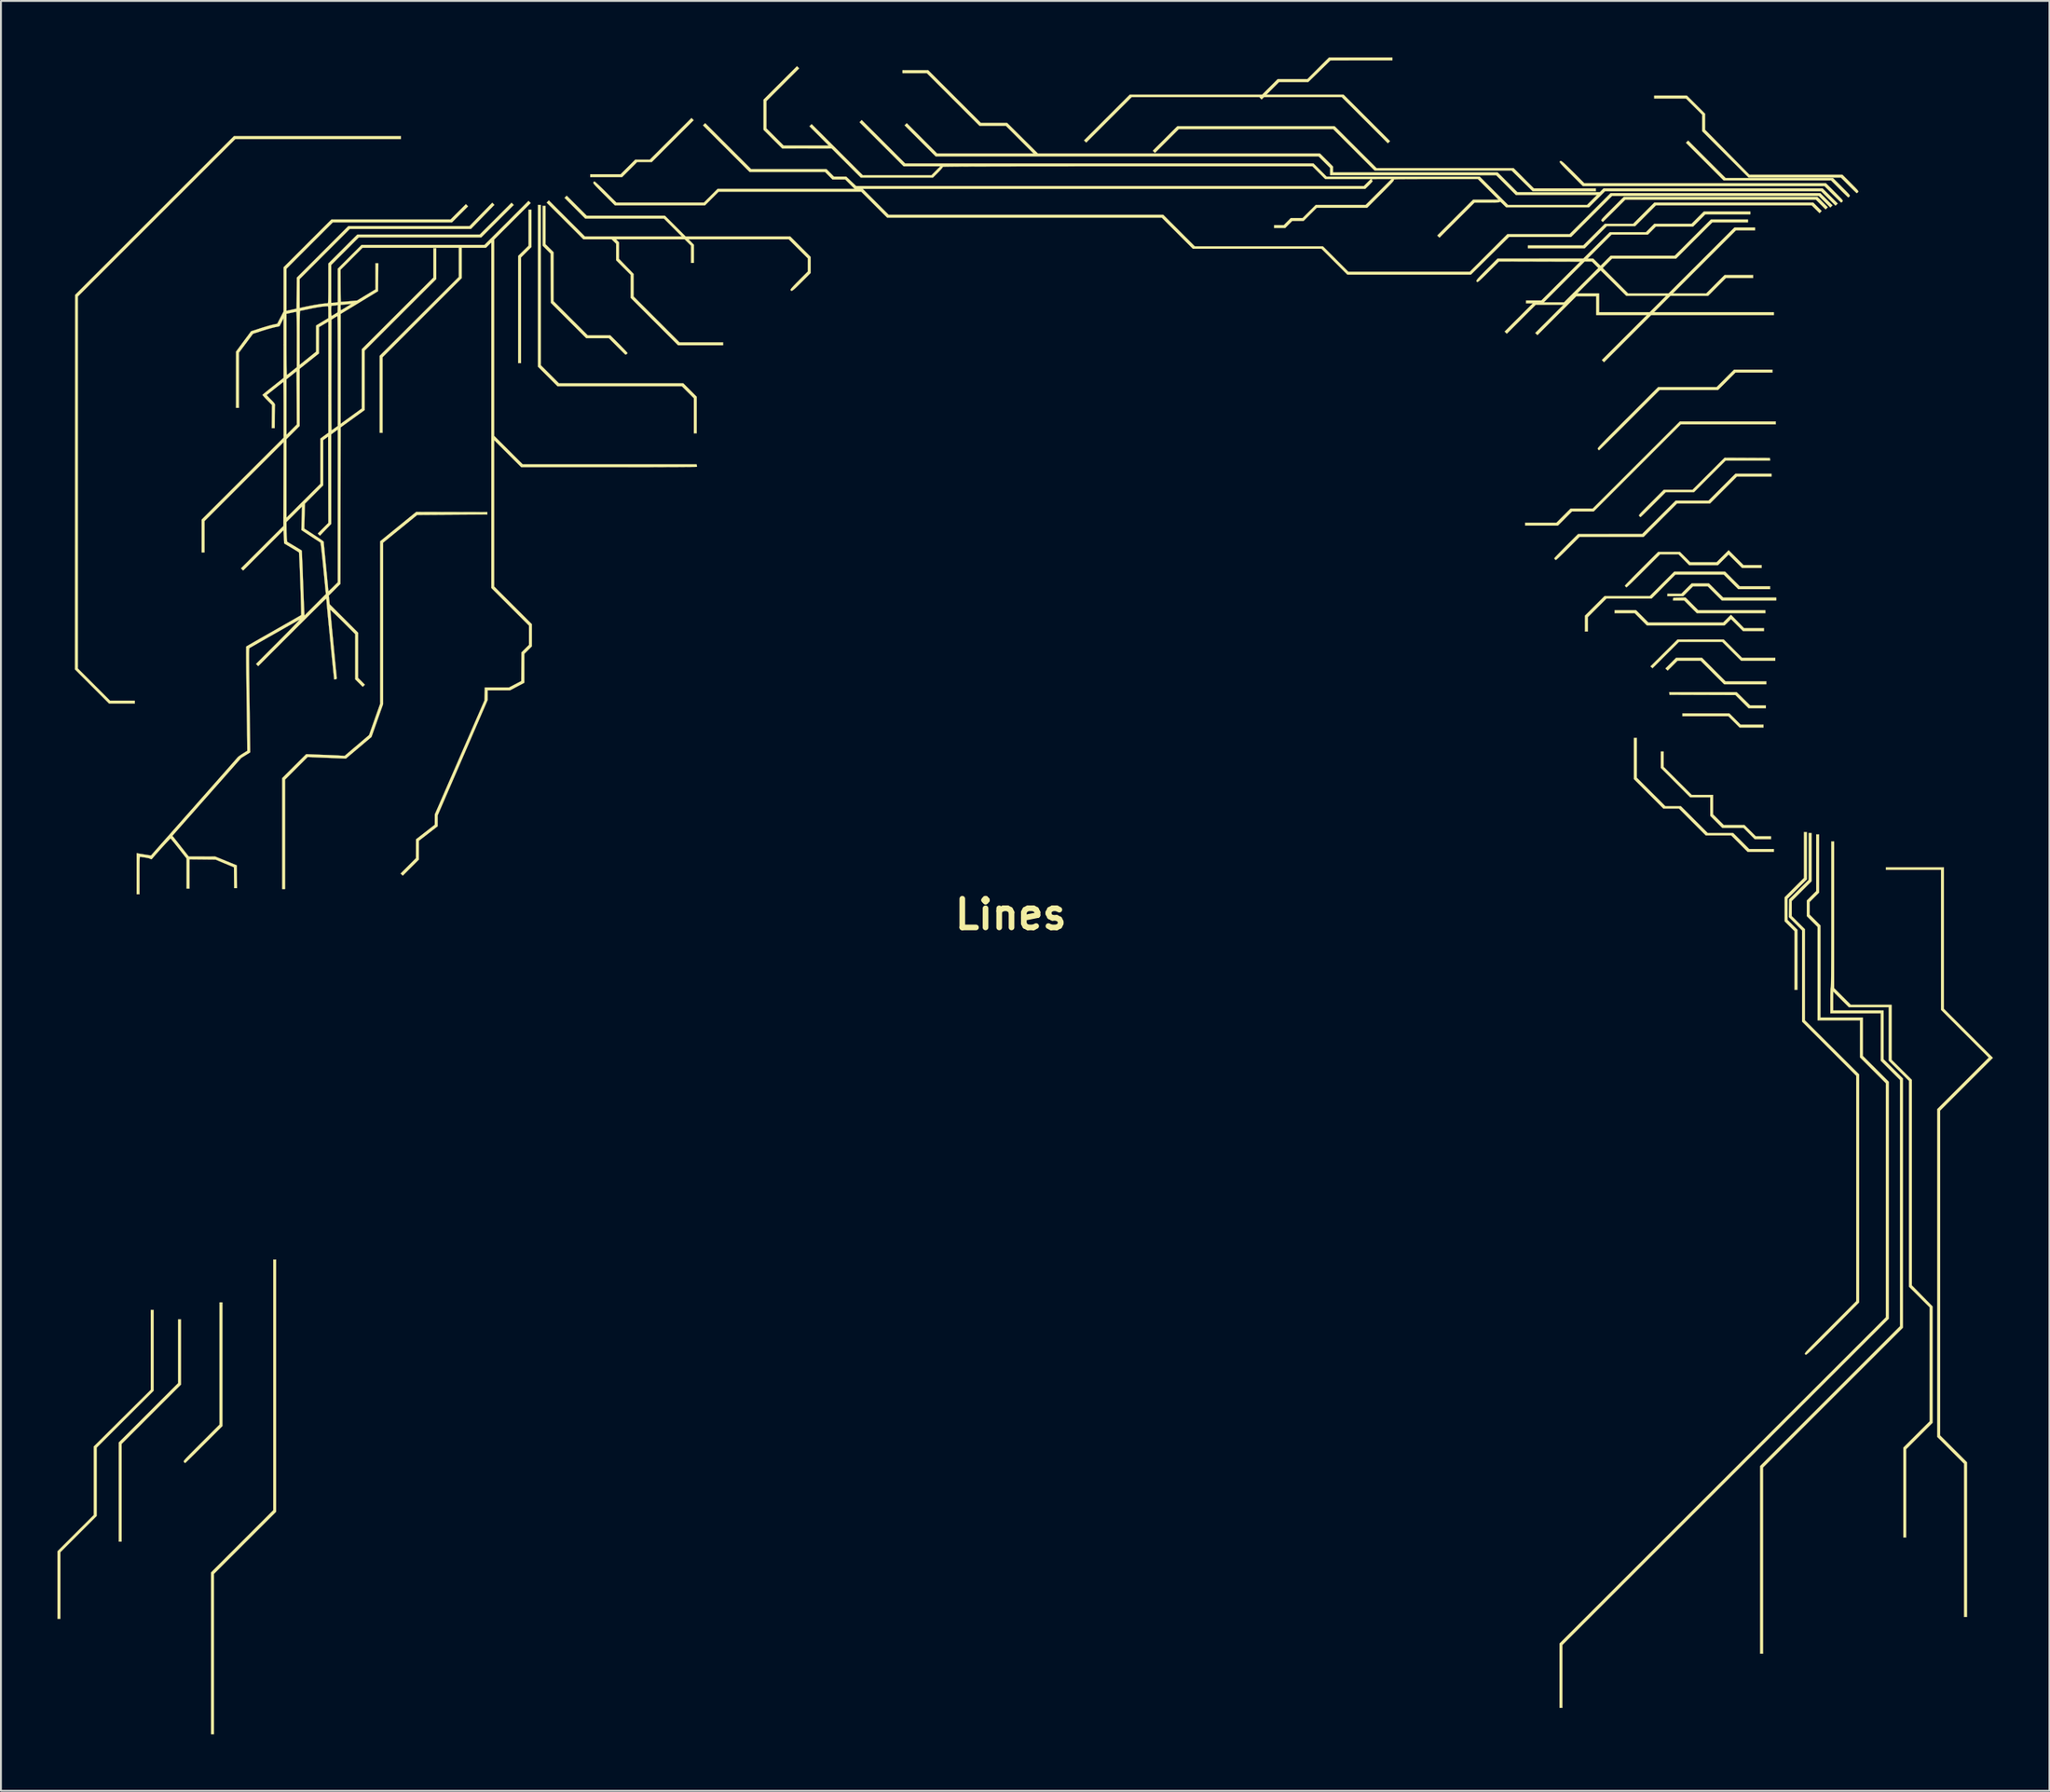
<source format=kicad_pcb>
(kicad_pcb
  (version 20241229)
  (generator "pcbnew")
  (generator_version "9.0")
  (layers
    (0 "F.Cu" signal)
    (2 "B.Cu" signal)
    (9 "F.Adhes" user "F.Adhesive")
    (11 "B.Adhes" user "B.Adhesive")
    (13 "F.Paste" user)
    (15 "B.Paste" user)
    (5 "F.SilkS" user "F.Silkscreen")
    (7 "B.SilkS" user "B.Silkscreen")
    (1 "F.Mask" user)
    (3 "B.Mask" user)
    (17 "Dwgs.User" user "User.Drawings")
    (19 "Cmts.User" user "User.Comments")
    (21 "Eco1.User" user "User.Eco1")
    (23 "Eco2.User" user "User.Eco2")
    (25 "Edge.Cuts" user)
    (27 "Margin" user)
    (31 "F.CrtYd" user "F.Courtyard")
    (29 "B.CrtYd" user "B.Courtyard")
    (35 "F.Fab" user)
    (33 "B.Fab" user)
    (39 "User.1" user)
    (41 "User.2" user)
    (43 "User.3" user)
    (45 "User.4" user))
  (footprint "Lines"
    (layer "F.Cu")
    (at 50.605 45.505)
    (property "Reference" "Lines" (at 0 0 0) (layer "F.SilkS") (effects (font (size 1.524 1.524) (thickness 0.3))))
    (attr through_hole)
    (fp_poly (pts (xy -44.05 24.963) (xy -45.625 26.538) (xy -47.2 28.112) (xy -47.2 33.3) (xy -47.35 33.3) (xy -47.35 28.037) (xy -45.775 26.462) (xy -44.2 24.888) (xy -44.2 21.5) (xy -44.05 21.5) (xy -44.05 24.963)) (stroke (width 0.01) (type solid)) (fill yes) (layer "F.SilkS"))
    (fp_poly (pts (xy -25.45 -35.437) (xy -25.725 -35.163) (xy -26 -34.888) (xy -26 -29.275) (xy -26.15 -29.275) (xy -26.15 -34.965) (xy -25.875 -35.236) (xy -25.6 -35.507) (xy -25.6 -37.425) (xy -25.45 -37.425) (xy -25.45 -35.437)) (stroke (width 0.01) (type solid)) (fill yes) (layer "F.SilkS"))
    (fp_poly (pts (xy 36.15 -16.488) (xy 36.487 -16.15) (xy 40.05 -16.15) (xy 40.05 -16) (xy 36.412 -16) (xy 36.075 -16.337) (xy 35.738 -16.675) (xy 35.147 -16.675) (xy 35.163 -16.812) (xy 35.812 -16.826) (xy 36.15 -16.488)) (stroke (width 0.01) (type solid)) (fill yes) (layer "F.SilkS"))
    (fp_poly (pts (xy 38.438 -10.375) (xy 38.737 -10.075) (xy 39.95 -10.075) (xy 39.95 -9.925) (xy 38.687 -9.925) (xy 38.388 -10.225) (xy 38.088 -10.525) (xy 35.65 -10.525) (xy 35.65 -10.675) (xy 38.138 -10.675) (xy 38.438 -10.375)) (stroke (width 0.01) (type solid)) (fill yes) (layer "F.SilkS"))
    (fp_poly (pts (xy -39 31.713) (xy -40.65 33.362) (xy -42.3 35.012) (xy -42.3 39.269) (xy -42.3 43.525) (xy -42.45 43.525) (xy -42.45 34.937) (xy -40.8 33.288) (xy -39.15 31.638) (xy -39.15 18.325) (xy -39 18.325) (xy -39 31.713)) (stroke (width 0.01) (type solid)) (fill yes) (layer "F.SilkS"))
    (fp_poly (pts (xy 38.882 -11.451) (xy 39.237 -11.101) (xy 40.075 -11.1) (xy 40.075 -10.95) (xy 39.162 -10.95) (xy 38.813 -11.3) (xy 38.464 -11.65) (xy 36.713 -11.656) (xy 34.962 -11.662) (xy 34.947 -11.8) (xy 38.526 -11.8) (xy 38.882 -11.451)) (stroke (width 0.01) (type solid)) (fill yes) (layer "F.SilkS"))
    (fp_poly (pts (xy -24.95 -29.162) (xy -23.987 -28.2) (xy -17.387 -28.2) (xy -17.031 -27.843) (xy -16.675 -27.487) (xy -16.675 -25.55) (xy -16.825 -25.55) (xy -16.825 -27.413) (xy -17.463 -28.05) (xy -24.062 -28.05) (xy -25.1 -29.087) (xy -25.1 -37.675) (xy -24.95 -37.675) (xy -24.95 -29.162)) (stroke (width 0.01) (type solid)) (fill yes) (layer "F.SilkS"))
    (fp_poly (pts (xy -16.838 -42.174) (xy -17.95 -41.062) (xy -19.062 -39.95) (xy -19.838 -39.95) (xy -20.238 -39.55) (xy -20.637 -39.15) (xy -22.325 -39.15) (xy -22.325 -39.3) (xy -20.712 -39.3) (xy -20.325 -39.688) (xy -19.938 -40.075) (xy -19.163 -40.075) (xy -18.057 -41.181) (xy -16.951 -42.287) (xy -16.838 -42.174)) (stroke (width 0.01) (type solid)) (fill yes) (layer "F.SilkS"))
    (fp_poly (pts (xy 37.312 -13) (xy 37.937 -12.375) (xy 40.1 -12.375) (xy 40.1 -12.225) (xy 37.862 -12.225) (xy 37.237 -12.85) (xy 36.613 -13.475) (xy 35.387 -13.475) (xy 35.126 -13.213) (xy 34.865 -12.951) (xy 34.806 -13.006) (xy 34.748 -13.06) (xy 35.312 -13.625) (xy 36.688 -13.625) (xy 37.312 -13)) (stroke (width 0.01) (type solid)) (fill yes) (layer "F.SilkS"))
    (fp_poly (pts (xy 38.325 -14.113) (xy 38.812 -13.625) (xy 40.575 -13.625) (xy 40.575 -13.475) (xy 38.762 -13.475) (xy 38.263 -13.975) (xy 37.763 -14.475) (xy 35.463 -14.475) (xy 34.763 -13.776) (xy 34.062 -13.078) (xy 33.952 -13.169) (xy 34.67 -13.884) (xy 35.388 -14.599) (xy 37.838 -14.6) (xy 38.325 -14.113)) (stroke (width 0.01) (type solid)) (fill yes) (layer "F.SilkS"))
    (fp_poly (pts (xy -32.375 -41.175) (xy -41.163 -41.175) (xy -45.344 -36.994) (xy -49.525 -32.812) (xy -49.525 -13.063) (xy -47.813 -11.35) (xy -46.5 -11.35) (xy -46.5 -11.2) (xy -47.863 -11.2) (xy -48.769 -12.106) (xy -49.675 -13.013) (xy -49.669 -22.956) (xy -49.663 -32.9) (xy -41.238 -41.325) (xy -32.375 -41.325) (xy -32.375 -41.175)) (stroke (width 0.01) (type solid)) (fill yes) (layer "F.SilkS"))
    (fp_poly (pts (xy 37.811 -16.825) (xy 40.625 -16.825) (xy 40.625 -16.675) (xy 37.737 -16.675) (xy 37.362 -17.05) (xy 36.988 -17.425) (xy 36.212 -17.425) (xy 35.95 -17.163) (xy 35.688 -16.9) (xy 34.85 -16.9) (xy 34.85 -17.025) (xy 35.588 -17.025) (xy 35.862 -17.3) (xy 36.137 -17.575) (xy 37.055 -17.575) (xy 37.811 -16.825)) (stroke (width 0.01) (type solid)) (fill yes) (layer "F.SilkS"))
    (fp_poly (pts (xy 40.6 -26.025) (xy 35.562 -26.025) (xy 33.25 -23.712) (xy 30.938 -21.4) (xy 29.787 -21.4) (xy 29.413 -21.025) (xy 29.038 -20.65) (xy 27.3 -20.65) (xy 27.3 -20.8) (xy 28.963 -20.8) (xy 29.337 -21.175) (xy 29.712 -21.55) (xy 30.888 -21.55) (xy 33.2 -23.863) (xy 35.512 -26.175) (xy 40.6 -26.175) (xy 40.6 -26.025)) (stroke (width 0.01) (type solid)) (fill yes) (layer "F.SilkS"))
    (fp_poly (pts (xy 42.25 -1.862) (xy 41.737 -1.35) (xy 41.225 -0.838) (xy 41.225 0.288) (xy 41.487 0.55) (xy 41.75 0.812) (xy 41.75 4) (xy 41.6 4) (xy 41.6 0.887) (xy 41.337 0.625) (xy 41.075 0.363) (xy 41.075 -0.913) (xy 41.587 -1.425) (xy 42.1 -1.937) (xy 42.1 -4.375) (xy 42.25 -4.375) (xy 42.25 -1.862)) (stroke (width 0.01) (type solid)) (fill yes) (layer "F.SilkS"))
    (fp_poly (pts (xy -45.5 23.144) (xy -45.5 25.288) (xy -47.013 26.8) (xy -48.525 28.312) (xy -48.525 30.125) (xy -48.525 31.938) (xy -49.487 32.9) (xy -50.45 33.862) (xy -50.45 37.4) (xy -50.6 37.4) (xy -50.6 33.812) (xy -49.638 32.85) (xy -48.675 31.888) (xy -48.675 28.25) (xy -47.163 26.746) (xy -45.65 25.243) (xy -45.65 21) (xy -45.5 21) (xy -45.5 23.144)) (stroke (width 0.01) (type solid)) (fill yes) (layer "F.SilkS"))
    (fp_poly (pts (xy 18.3 -40.737) (xy 19.412 -39.625) (xy 26.688 -39.625) (xy 27.225 -39.087) (xy 27.762 -38.55) (xy 31.05 -38.55) (xy 31.05 -38.4) (xy 27.701 -38.4) (xy 26.581 -39.5) (xy 19.312 -39.5) (xy 18.212 -40.6) (xy 17.113 -41.7) (xy 8.913 -41.7) (xy 8.282 -41.069) (xy 7.651 -40.438) (xy 7.538 -40.551) (xy 8.188 -41.2) (xy 8.837 -41.85) (xy 17.188 -41.85) (xy 18.3 -40.737)) (stroke (width 0.01) (type solid)) (fill yes) (layer "F.SilkS"))
    (fp_poly (pts (xy 43.036 -37.35) (xy 42.925 -37.239) (xy 42.718 -37.444) (xy 42.511 -37.65) (xy 34.237 -37.65) (xy 33.688 -37.1) (xy 33.138 -36.55) (xy 31.637 -36.55) (xy 31.05 -35.962) (xy 30.463 -35.375) (xy 27.45 -35.375) (xy 27.45 -35.525) (xy 30.388 -35.525) (xy 30.962 -36.1) (xy 31.537 -36.675) (xy 33.038 -36.675) (xy 33.6 -37.237) (xy 34.162 -37.8) (xy 42.589 -37.8) (xy 43.036 -37.35)) (stroke (width 0.01) (type solid)) (fill yes) (layer "F.SilkS"))
    (fp_poly (pts (xy 33.513 -15.825) (xy 33.837 -15.5) (xy 37.811 -15.5) (xy 38.018 -15.705) (xy 38.224 -15.91) (xy 38.571 -15.555) (xy 38.918 -15.2) (xy 39.975 -15.2) (xy 39.975 -15.05) (xy 38.862 -15.05) (xy 38.544 -15.368) (xy 38.226 -15.687) (xy 38.056 -15.518) (xy 37.886 -15.35) (xy 33.762 -15.35) (xy 33.438 -15.675) (xy 33.113 -16) (xy 32.05 -16) (xy 32.05 -16.15) (xy 33.188 -16.15) (xy 33.513 -15.825)) (stroke (width 0.01) (type solid)) (fill yes) (layer "F.SilkS"))
    (fp_poly (pts (xy 33.225 -7.262) (xy 33.981 -6.506) (xy 34.738 -5.75) (xy 35.563 -5.75) (xy 36.275 -5.037) (xy 36.987 -4.325) (xy 38.338 -4.325) (xy 38.763 -3.9) (xy 39.187 -3.475) (xy 40.5 -3.475) (xy 40.5 -3.325) (xy 39.112 -3.325) (xy 38.675 -3.763) (xy 38.238 -4.2) (xy 36.887 -4.2) (xy 36.175 -4.912) (xy 35.463 -5.625) (xy 34.637 -5.625) (xy 33.075 -7.188) (xy 33.075 -9.375) (xy 33.225 -9.375) (xy 33.225 -7.262)) (stroke (width 0.01) (type solid)) (fill yes) (layer "F.SilkS"))
    (fp_poly (pts (xy 49.525 5.013) (xy 50.825 6.313) (xy 52.125 7.612) (xy 50.725 9.012) (xy 49.325 10.413) (xy 49.325 27.663) (xy 50.038 28.375) (xy 50.75 29.087) (xy 50.75 37.3) (xy 50.6 37.3) (xy 50.6 29.162) (xy 49.888 28.45) (xy 49.175 27.738) (xy 49.175 10.338) (xy 51.912 7.6) (xy 50.644 6.331) (xy 49.375 5.062) (xy 49.375 -2.375) (xy 46.45 -2.375) (xy 46.45 -2.5) (xy 49.525 -2.5) (xy 49.525 5.013)) (stroke (width 0.01) (type solid)) (fill yes) (layer "F.SilkS"))
    (fp_poly (pts (xy 34.65 -7.837) (xy 35.394 -7.094) (xy 36.138 -6.35) (xy 37.275 -6.35) (xy 37.275 -5.312) (xy 37.557 -5.031) (xy 37.838 -4.75) (xy 38.938 -4.75) (xy 39.237 -4.45) (xy 39.537 -4.15) (xy 40.35 -4.15) (xy 40.35 -4) (xy 39.487 -4) (xy 39.188 -4.3) (xy 38.888 -4.6) (xy 37.762 -4.6) (xy 37.125 -5.238) (xy 37.125 -6.225) (xy 36.059 -6.225) (xy 34.5 -7.787) (xy 34.5 -8.65) (xy 34.65 -8.65) (xy 34.65 -7.837)) (stroke (width 0.01) (type solid)) (fill yes) (layer "F.SilkS"))
    (fp_poly (pts (xy 38.3 -17.812) (xy 38.687 -17.425) (xy 40.3 -17.425) (xy 40.3 -17.275) (xy 38.612 -17.275) (xy 38.225 -17.663) (xy 37.838 -18.05) (xy 35.274 -18.05) (xy 34.643 -17.413) (xy 34.012 -16.775) (xy 31.612 -16.775) (xy 31.119 -16.281) (xy 30.625 -15.787) (xy 30.625 -15.025) (xy 30.475 -15.025) (xy 30.475 -15.863) (xy 30.994 -16.381) (xy 31.513 -16.9) (xy 33.913 -16.9) (xy 34.562 -17.55) (xy 35.212 -18.2) (xy 37.913 -18.2) (xy 38.3 -17.812)) (stroke (width 0.01) (type solid)) (fill yes) (layer "F.SilkS"))
    (fp_poly (pts (xy 36.944 -40.093) (xy 37.938 -39.1) (xy 43.638 -39.1) (xy 44.099 -38.639) (xy 44.238 -38.499) (xy 44.346 -38.39) (xy 44.425 -38.308) (xy 44.479 -38.248) (xy 44.513 -38.205) (xy 44.529 -38.176) (xy 44.532 -38.155) (xy 44.524 -38.138) (xy 44.514 -38.126) (xy 44.475 -38.089) (xy 44.452 -38.075) (xy 44.431 -38.092) (xy 44.38 -38.14) (xy 44.303 -38.214) (xy 44.205 -38.309) (xy 44.092 -38.42) (xy 43.987 -38.525) (xy 43.538 -38.975) (xy 37.837 -38.975) (xy 36.838 -39.975) (xy 35.838 -40.974) (xy 35.951 -41.087) (xy 36.944 -40.093)) (stroke (width 0.01) (type solid)) (fill yes) (layer "F.SilkS"))
    (fp_poly (pts (xy -41.85 27.163) (xy -42.831 28.144) (xy -43.014 28.327) (xy -43.187 28.498) (xy -43.345 28.656) (xy -43.487 28.796) (xy -43.608 28.915) (xy -43.706 29.011) (xy -43.777 29.079) (xy -43.818 29.118) (xy -43.827 29.125) (xy -43.853 29.108) (xy -43.889 29.074) (xy -43.898 29.062) (xy -43.903 29.049) (xy -43.9 29.032) (xy -43.888 29.007) (xy -43.863 28.973) (xy -43.823 28.925) (xy -43.765 28.861) (xy -43.686 28.779) (xy -43.585 28.675) (xy -43.458 28.546) (xy -43.302 28.39) (xy -43.116 28.204) (xy -42.967 28.055) (xy -42 27.087) (xy -42 20.6) (xy -41.85 20.6) (xy -41.85 27.163)) (stroke (width 0.01) (type solid)) (fill yes) (layer "F.SilkS"))
    (fp_poly (pts (xy 43.087 -37.825) (xy 43.361 -37.55) (xy 43.25 -37.439) (xy 42.993 -37.694) (xy 42.737 -37.95) (xy 32.612 -37.95) (xy 32.025 -37.362) (xy 31.884 -37.222) (xy 31.755 -37.094) (xy 31.641 -36.982) (xy 31.546 -36.89) (xy 31.476 -36.822) (xy 31.433 -36.783) (xy 31.423 -36.775) (xy 31.397 -36.792) (xy 31.361 -36.826) (xy 31.35 -36.841) (xy 31.345 -36.856) (xy 31.349 -36.877) (xy 31.365 -36.906) (xy 31.398 -36.947) (xy 31.45 -37.005) (xy 31.524 -37.083) (xy 31.623 -37.185) (xy 31.752 -37.314) (xy 31.912 -37.474) (xy 31.926 -37.489) (xy 32.537 -38.1) (xy 42.813 -38.1) (xy 43.087 -37.825)) (stroke (width 0.01) (type solid)) (fill yes) (layer "F.SilkS"))
    (fp_poly (pts (xy 42.9 -1.162) (xy 42.65 -0.913) (xy 42.4 -0.663) (xy 42.4 0.013) (xy 42.688 0.3) (xy 42.975 0.587) (xy 42.975 5.475) (xy 45.225 5.475) (xy 45.225 7.513) (xy 45.913 8.2) (xy 46.6 8.887) (xy 46.6 21.463) (xy 37.938 30.125) (xy 29.275 38.787) (xy 29.275 42.125) (xy 29.125 42.125) (xy 29.125 38.712) (xy 37.788 30.05) (xy 46.45 21.388) (xy 46.45 8.962) (xy 45.763 8.275) (xy 45.075 7.588) (xy 45.075 5.625) (xy 42.825 5.625) (xy 42.825 0.662) (xy 42.538 0.375) (xy 42.25 0.088) (xy 42.25 -0.738) (xy 42.5 -0.988) (xy 42.75 -1.237) (xy 42.75 -4.25) (xy 42.9 -4.25) (xy 42.9 -1.162)) (stroke (width 0.01) (type solid)) (fill yes) (layer "F.SilkS"))
    (fp_poly (pts (xy -27.788 -21.363) (xy -27.788 -21.238) (xy -31.512 -21.212) (xy -33.324 -19.738) (xy -33.324 -11.162) (xy -33.937 -9.425) (xy -34.617 -8.85) (xy -35.296 -8.276) (xy -36.312 -8.318) (xy -37.328 -8.36) (xy -37.926 -7.761) (xy -38.525 -7.163) (xy -38.525 -1.35) (xy -38.675 -1.35) (xy -38.675 -7.238) (xy -38.039 -7.874) (xy -37.402 -8.51) (xy -36.595 -8.479) (xy -36.387 -8.471) (xy -36.186 -8.463) (xy -35.998 -8.455) (xy -35.833 -8.447) (xy -35.698 -8.441) (xy -35.601 -8.436) (xy -35.575 -8.434) (xy -35.362 -8.42) (xy -34.713 -8.972) (xy -34.064 -9.524) (xy -33.77 -10.356) (xy -33.475 -11.188) (xy -33.475 -15.502) (xy -33.475 -19.816) (xy -31.562 -21.373) (xy -27.788 -21.363)) (stroke (width 0.01) (type solid)) (fill yes) (layer "F.SilkS"))
    (fp_poly (pts (xy -24.7 -35.586) (xy -24.488 -35.375) (xy -24.275 -35.164) (xy -24.275 -32.562) (xy -23.369 -31.656) (xy -22.462 -30.75) (xy -21.262 -30.75) (xy -20.806 -30.294) (xy -20.683 -30.169) (xy -20.572 -30.055) (xy -20.479 -29.957) (xy -20.408 -29.879) (xy -20.363 -29.827) (xy -20.35 -29.807) (xy -20.369 -29.776) (xy -20.411 -29.743) (xy -20.452 -29.725) (xy -20.455 -29.725) (xy -20.474 -29.742) (xy -20.524 -29.79) (xy -20.599 -29.863) (xy -20.694 -29.958) (xy -20.806 -30.069) (xy -20.9 -30.163) (xy -21.337 -30.6) (xy -22.538 -30.6) (xy -23.475 -31.538) (xy -24.413 -32.475) (xy -24.419 -33.781) (xy -24.425 -35.087) (xy -24.85 -35.513) (xy -24.85 -37.625) (xy -24.7 -37.625) (xy -24.7 -35.586)) (stroke (width 0.01) (type solid)) (fill yes) (layer "F.SilkS"))
    (fp_poly (pts (xy 40.288 -24.238) (xy 40.295 -24.169) (xy 40.303 -24.1) (xy 37.937 -24.1) (xy 37.1 -23.262) (xy 36.263 -22.425) (xy 34.762 -22.425) (xy 34.1 -21.762) (xy 33.95 -21.613) (xy 33.812 -21.476) (xy 33.688 -21.354) (xy 33.584 -21.251) (xy 33.502 -21.172) (xy 33.447 -21.121) (xy 33.423 -21.1) (xy 33.423 -21.1) (xy 33.397 -21.117) (xy 33.361 -21.151) (xy 33.35 -21.165) (xy 33.345 -21.18) (xy 33.349 -21.2) (xy 33.365 -21.228) (xy 33.395 -21.268) (xy 33.445 -21.324) (xy 33.515 -21.398) (xy 33.609 -21.495) (xy 33.731 -21.618) (xy 33.884 -21.771) (xy 33.989 -21.876) (xy 34.662 -22.55) (xy 36.188 -22.55) (xy 37.038 -23.4) (xy 37.888 -24.25) (xy 40.288 -24.238)) (stroke (width 0.01) (type solid)) (fill yes) (layer "F.SilkS"))
    (fp_poly (pts (xy 20.25 -45.35) (xy 16.962 -45.348) (xy 16.375 -44.774) (xy 15.787 -44.201) (xy 15.012 -44.201) (xy 14.237 -44.2) (xy 13.9 -43.863) (xy 13.563 -43.525) (xy 17.663 -43.525) (xy 18.895 -42.293) (xy 20.127 -41.06) (xy 20.069 -41.006) (xy 20.011 -40.951) (xy 18.787 -42.176) (xy 17.563 -43.4) (xy 15.501 -43.4) (xy 13.44 -43.4) (xy 13.375 -43.337) (xy 13.309 -43.274) (xy 13.191 -43.4) (xy 9.802 -43.4) (xy 6.413 -43.4) (xy 5.207 -42.194) (xy 4.001 -40.988) (xy 3.888 -41.101) (xy 5.1 -42.313) (xy 6.312 -43.525) (xy 13.338 -43.525) (xy 13.75 -43.938) (xy 14.162 -44.35) (xy 15.738 -44.35) (xy 16.312 -44.925) (xy 16.887 -45.5) (xy 20.25 -45.5) (xy 20.25 -45.35)) (stroke (width 0.01) (type solid)) (fill yes) (layer "F.SilkS"))
    (fp_poly (pts (xy 40.375 -23.25) (xy 38.537 -23.25) (xy 37.825 -22.538) (xy 37.113 -21.825) (xy 35.362 -21.825) (xy 34.475 -20.938) (xy 33.588 -20.05) (xy 30.187 -20.05) (xy 29.575 -19.438) (xy 29.431 -19.294) (xy 29.297 -19.162) (xy 29.178 -19.047) (xy 29.079 -18.951) (xy 29.002 -18.88) (xy 28.953 -18.837) (xy 28.936 -18.825) (xy 28.897 -18.841) (xy 28.88 -18.855) (xy 28.854 -18.896) (xy 28.85 -18.911) (xy 28.867 -18.935) (xy 28.916 -18.989) (xy 28.992 -19.07) (xy 29.092 -19.174) (xy 29.211 -19.296) (xy 29.346 -19.433) (xy 29.481 -19.569) (xy 30.113 -20.2) (xy 33.513 -20.201) (xy 34.403 -21.088) (xy 35.294 -21.975) (xy 37.038 -21.975) (xy 37.75 -22.688) (xy 38.462 -23.4) (xy 40.375 -23.4) (xy 40.375 -23.25)) (stroke (width 0.01) (type solid)) (fill yes) (layer "F.SilkS"))
    (fp_poly (pts (xy 36.369 -42.994) (xy 36.85 -42.513) (xy 36.85 -42.088) (xy 36.85 -41.663) (xy 38.027 -40.469) (xy 39.204 -39.275) (xy 44.138 -39.275) (xy 44.574 -38.839) (xy 44.709 -38.703) (xy 44.812 -38.599) (xy 44.887 -38.52) (xy 44.938 -38.464) (xy 44.968 -38.424) (xy 44.981 -38.396) (xy 44.981 -38.376) (xy 44.971 -38.36) (xy 44.964 -38.351) (xy 44.925 -38.314) (xy 44.902 -38.3) (xy 44.881 -38.317) (xy 44.83 -38.364) (xy 44.753 -38.438) (xy 44.657 -38.532) (xy 44.546 -38.641) (xy 44.475 -38.712) (xy 44.063 -39.125) (xy 39.163 -39.125) (xy 37.931 -40.356) (xy 36.7 -41.587) (xy 36.7 -42.463) (xy 36.268 -42.894) (xy 35.837 -43.325) (xy 34.993 -43.325) (xy 34.15 -43.325) (xy 34.15 -43.475) (xy 35.019 -43.475) (xy 35.887 -43.475) (xy 36.369 -42.994)) (stroke (width 0.01) (type solid)) (fill yes) (layer "F.SilkS"))
    (fp_poly (pts (xy 29.228 -39.995) (xy 29.279 -39.959) (xy 29.348 -39.901) (xy 29.439 -39.817) (xy 29.555 -39.705) (xy 29.7 -39.562) (xy 29.834 -39.429) (xy 30.438 -38.825) (xy 43.263 -38.825) (xy 43.724 -38.364) (xy 43.863 -38.224) (xy 43.971 -38.115) (xy 44.05 -38.033) (xy 44.104 -37.973) (xy 44.138 -37.93) (xy 44.154 -37.901) (xy 44.157 -37.88) (xy 44.149 -37.863) (xy 44.139 -37.851) (xy 44.1 -37.814) (xy 44.077 -37.8) (xy 44.056 -37.817) (xy 44.005 -37.865) (xy 43.928 -37.938) (xy 43.831 -38.033) (xy 43.719 -38.144) (xy 43.625 -38.237) (xy 43.188 -38.675) (xy 30.362 -38.675) (xy 29.74 -39.298) (xy 29.561 -39.478) (xy 29.416 -39.626) (xy 29.303 -39.745) (xy 29.22 -39.835) (xy 29.166 -39.9) (xy 29.138 -39.942) (xy 29.133 -39.961) (xy 29.147 -39.99) (xy 29.165 -40.007) (xy 29.191 -40.01) (xy 29.228 -39.995)) (stroke (width 0.01) (type solid)) (fill yes) (layer "F.SilkS"))
    (fp_poly (pts (xy 38.494 -18.943) (xy 38.888 -18.55) (xy 39.85 -18.55) (xy 39.85 -18.4) (xy 38.813 -18.4) (xy 38.457 -18.756) (xy 38.1 -19.112) (xy 37.818 -18.831) (xy 37.537 -18.55) (xy 36.004 -18.55) (xy 35.441 -19.125) (xy 34.462 -19.125) (xy 33.587 -18.25) (xy 33.415 -18.078) (xy 33.252 -17.916) (xy 33.103 -17.77) (xy 32.972 -17.641) (xy 32.861 -17.534) (xy 32.774 -17.452) (xy 32.715 -17.398) (xy 32.688 -17.375) (xy 32.686 -17.375) (xy 32.647 -17.391) (xy 32.63 -17.405) (xy 32.604 -17.446) (xy 32.6 -17.461) (xy 32.617 -17.484) (xy 32.666 -17.538) (xy 32.744 -17.62) (xy 32.848 -17.727) (xy 32.973 -17.856) (xy 33.117 -18.003) (xy 33.277 -18.163) (xy 33.448 -18.335) (xy 33.481 -18.369) (xy 34.363 -19.25) (xy 35.513 -19.25) (xy 35.788 -18.975) (xy 36.062 -18.7) (xy 37.462 -18.7) (xy 37.781 -19.018) (xy 38.1 -19.337) (xy 38.494 -18.943)) (stroke (width 0.01) (type solid)) (fill yes) (layer "F.SilkS"))
    (fp_poly (pts (xy 40.425 -28.775) (xy 38.462 -28.775) (xy 38 -28.312) (xy 37.538 -27.85) (xy 34.437 -27.85) (xy 32.837 -26.25) (xy 32.603 -26.015) (xy 32.378 -25.791) (xy 32.166 -25.58) (xy 31.968 -25.384) (xy 31.789 -25.205) (xy 31.629 -25.047) (xy 31.492 -24.912) (xy 31.38 -24.803) (xy 31.296 -24.721) (xy 31.242 -24.669) (xy 31.22 -24.65) (xy 31.22 -24.65) (xy 31.195 -24.668) (xy 31.164 -24.706) (xy 31.158 -24.716) (xy 31.155 -24.728) (xy 31.159 -24.744) (xy 31.17 -24.766) (xy 31.191 -24.796) (xy 31.224 -24.837) (xy 31.271 -24.89) (xy 31.334 -24.958) (xy 31.416 -25.044) (xy 31.517 -25.149) (xy 31.641 -25.275) (xy 31.79 -25.425) (xy 31.965 -25.601) (xy 32.168 -25.805) (xy 32.402 -26.04) (xy 32.669 -26.307) (xy 32.743 -26.381) (xy 34.362 -28) (xy 37.463 -28) (xy 37.925 -28.462) (xy 38.387 -28.925) (xy 40.425 -28.925) (xy 40.425 -28.775)) (stroke (width 0.01) (type solid)) (fill yes) (layer "F.SilkS"))
    (fp_poly (pts (xy 42.5 -1.762) (xy 41.975 -1.238) (xy 41.45 -0.713) (xy 41.45 0.088) (xy 41.8 0.437) (xy 42.15 0.786) (xy 42.149 3.204) (xy 42.149 5.622) (xy 43.587 7.058) (xy 45.025 8.493) (xy 45.025 20.598) (xy 43.9 21.734) (xy 43.694 21.941) (xy 43.492 22.144) (xy 43.296 22.34) (xy 43.112 22.524) (xy 42.942 22.693) (xy 42.791 22.842) (xy 42.663 22.967) (xy 42.562 23.066) (xy 42.492 23.132) (xy 42.49 23.134) (xy 42.383 23.234) (xy 42.306 23.304) (xy 42.252 23.348) (xy 42.217 23.369) (xy 42.193 23.373) (xy 42.175 23.363) (xy 42.161 23.348) (xy 42.153 23.338) (xy 42.149 23.327) (xy 42.151 23.311) (xy 42.162 23.29) (xy 42.183 23.259) (xy 42.217 23.217) (xy 42.266 23.162) (xy 42.332 23.091) (xy 42.418 23.002) (xy 42.525 22.891) (xy 42.657 22.758) (xy 42.814 22.599) (xy 43 22.412) (xy 43.217 22.195) (xy 43.467 21.946) (xy 43.495 21.917) (xy 44.875 20.537) (xy 44.875 8.562) (xy 43.438 7.125) (xy 42 5.688) (xy 42 0.845) (xy 41.65 0.492) (xy 41.3 0.139) (xy 41.306 -0.33) (xy 41.312 -0.8) (xy 41.831 -1.319) (xy 42.35 -1.838) (xy 42.35 -4.325) (xy 42.5 -4.325) (xy 42.5 -1.762)) (stroke (width 0.01) (type solid)) (fill yes) (layer "F.SilkS"))
    (fp_poly (pts (xy 43.7 3.912) (xy 44.143 4.356) (xy 44.587 4.8) (xy 46.75 4.8) (xy 46.75 7.715) (xy 47.825 8.783) (xy 47.825 19.695) (xy 48.374 20.254) (xy 48.923 20.812) (xy 48.924 23.9) (xy 48.925 26.988) (xy 48.225 27.688) (xy 47.525 28.387) (xy 47.525 33.075) (xy 47.375 33.075) (xy 47.375 28.312) (xy 48.075 27.613) (xy 48.775 26.913) (xy 48.775 20.862) (xy 48.225 20.312) (xy 47.675 19.763) (xy 47.675 8.837) (xy 47.138 8.3) (xy 46.6 7.763) (xy 46.6 4.925) (xy 44.488 4.925) (xy 44.069 4.507) (xy 43.65 4.088) (xy 43.65 5.1) (xy 46.325 5.1) (xy 46.325 7.688) (xy 46.837 8.2) (xy 47.35 8.712) (xy 47.35 21.938) (xy 43.638 25.65) (xy 39.925 29.362) (xy 39.925 39.25) (xy 39.775 39.25) (xy 39.775 29.287) (xy 43.487 25.575) (xy 47.2 21.863) (xy 47.2 8.787) (xy 46.688 8.275) (xy 46.175 7.763) (xy 46.175 5.25) (xy 43.5 5.25) (xy 43.5 4.562) (xy 43.501 4.339) (xy 43.504 4.157) (xy 43.508 4.018) (xy 43.514 3.925) (xy 43.521 3.88) (xy 43.525 3.875) (xy 43.529 3.85) (xy 43.532 3.775) (xy 43.535 3.651) (xy 43.538 3.477) (xy 43.541 3.253) (xy 43.543 2.981) (xy 43.545 2.659) (xy 43.547 2.288) (xy 43.548 1.869) (xy 43.549 1.4) (xy 43.55 0.884) (xy 43.55 0.319) (xy 43.55 0) (xy 43.55 -3.875) (xy 43.7 -3.875) (xy 43.7 3.912)) (stroke (width 0.01) (type solid)) (fill yes) (layer "F.SilkS"))
    (fp_poly (pts (xy -23.043 -37.631) (xy -22.512 -37.1) (xy -20.437 -37.1) (xy -18.362 -37.1) (xy -17.812 -36.55) (xy -17.263 -36) (xy -11.712 -36) (xy -10.625 -34.912) (xy -10.625 -34.062) (xy -11.11 -33.577) (xy -11.262 -33.426) (xy -11.383 -33.309) (xy -11.477 -33.221) (xy -11.548 -33.161) (xy -11.601 -33.126) (xy -11.637 -33.113) (xy -11.663 -33.119) (xy -11.682 -33.142) (xy -11.692 -33.164) (xy -11.685 -33.189) (xy -11.653 -33.236) (xy -11.592 -33.307) (xy -11.502 -33.405) (xy -11.378 -33.533) (xy -11.241 -33.671) (xy -10.775 -34.138) (xy -10.775 -34.838) (xy -11.281 -35.344) (xy -11.788 -35.85) (xy -14.449 -35.85) (xy -17.111 -35.85) (xy -16.968 -35.706) (xy -16.825 -35.561) (xy -16.825 -34.6) (xy -16.975 -34.6) (xy -16.975 -35.514) (xy -17.144 -35.682) (xy -17.314 -35.85) (xy -20.96 -35.85) (xy -20.88 -35.768) (xy -20.8 -35.685) (xy -20.8 -34.81) (xy -20.414 -34.411) (xy -20.027 -34.013) (xy -20.026 -33.412) (xy -20.025 -32.812) (xy -18.806 -31.594) (xy -17.587 -30.375) (xy -15.275 -30.375) (xy -15.275 -30.225) (xy -17.663 -30.225) (xy -20.175 -32.738) (xy -20.175 -33.963) (xy -20.562 -34.35) (xy -20.95 -34.737) (xy -20.95 -35.614) (xy -21.189 -35.85) (xy -22.688 -35.85) (xy -23.662 -36.825) (xy -24.637 -37.799) (xy -24.524 -37.912) (xy -22.612 -36) (xy -17.463 -36) (xy -17.938 -36.475) (xy -18.412 -36.95) (xy -20.5 -36.95) (xy -22.588 -36.95) (xy -23.137 -37.5) (xy -23.687 -38.05) (xy -23.631 -38.106) (xy -23.575 -38.162) (xy -23.043 -37.631)) (stroke (width 0.01) (type solid)) (fill yes) (layer "F.SilkS"))
    (fp_poly (pts (xy 39.25 -37.175) (xy 36.862 -37.175) (xy 36.538 -36.85) (xy 36.213 -36.525) (xy 34.236 -36.525) (xy 34.025 -36.312) (xy 33.814 -36.1) (xy 32.85 -36.1) (xy 31.887 -36.1) (xy 31.25 -35.463) (xy 30.613 -34.825) (xy 30.762 -34.825) (xy 30.911 -34.825) (xy 31.106 -34.632) (xy 31.3 -34.439) (xy 31.838 -34.975) (xy 35.238 -34.975) (xy 36.2 -35.938) (xy 37.162 -36.9) (xy 39.125 -36.9) (xy 39.125 -36.75) (xy 37.237 -36.75) (xy 36.275 -35.788) (xy 35.313 -34.825) (xy 33.612 -34.825) (xy 31.912 -34.825) (xy 31.662 -34.575) (xy 31.413 -34.325) (xy 32.088 -33.65) (xy 32.762 -32.975) (xy 34.913 -32.975) (xy 36.663 -34.725) (xy 38.412 -36.475) (xy 39.5 -36.475) (xy 39.5 -36.325) (xy 38.487 -36.325) (xy 36.812 -34.65) (xy 35.138 -32.975) (xy 36.913 -32.975) (xy 37.4 -33.462) (xy 37.887 -33.95) (xy 39.4 -33.95) (xy 39.4 -33.8) (xy 37.962 -33.8) (xy 37.487 -33.325) (xy 37.013 -32.85) (xy 35.012 -32.85) (xy 34.575 -32.413) (xy 34.138 -31.975) (xy 40.5 -31.975) (xy 40.5 -31.825) (xy 33.988 -31.825) (xy 31.487 -29.324) (xy 31.374 -29.437) (xy 32.568 -30.631) (xy 33.762 -31.825) (xy 31.075 -31.825) (xy 31.075 -32.825) (xy 30.013 -32.825) (xy 27.951 -30.763) (xy 27.838 -30.876) (xy 28.588 -31.625) (xy 29.337 -32.375) (xy 27.863 -32.375) (xy 26.326 -30.838) (xy 26.269 -30.894) (xy 26.213 -30.951) (xy 26.963 -31.7) (xy 27.712 -32.45) (xy 27.35 -32.45) (xy 27.35 -32.5) (xy 28.288 -32.5) (xy 29.363 -32.5) (xy 29.838 -32.975) (xy 30.063 -32.975) (xy 31.225 -32.975) (xy 31.225 -31.975) (xy 33.913 -31.975) (xy 34.35 -32.413) (xy 34.787 -32.85) (xy 32.666 -32.85) (xy 31.995 -33.519) (xy 31.844 -33.669) (xy 31.704 -33.808) (xy 31.578 -33.931) (xy 31.472 -34.035) (xy 31.389 -34.116) (xy 31.332 -34.17) (xy 31.306 -34.193) (xy 31.305 -34.194) (xy 31.284 -34.178) (xy 31.232 -34.131) (xy 31.153 -34.056) (xy 31.051 -33.958) (xy 30.93 -33.841) (xy 30.795 -33.707) (xy 30.675 -33.588) (xy 30.063 -32.975) (xy 29.838 -32.975) (xy 30.275 -33.412) (xy 31.187 -34.324) (xy 31.013 -34.5) (xy 30.839 -34.675) (xy 30.462 -34.675) (xy 29.375 -33.587) (xy 28.288 -32.5) (xy 27.35 -32.5) (xy 27.35 -32.6) (xy 28.163 -32.6) (xy 29.194 -33.631) (xy 30.225 -34.663) (xy 25.913 -34.675) (xy 25.359 -34.122) (xy 25.189 -33.953) (xy 25.051 -33.819) (xy 24.943 -33.717) (xy 24.862 -33.645) (xy 24.806 -33.601) (xy 24.773 -33.583) (xy 24.764 -33.583) (xy 24.734 -33.598) (xy 24.717 -33.616) (xy 24.715 -33.643) (xy 24.731 -33.681) (xy 24.769 -33.733) (xy 24.829 -33.805) (xy 24.916 -33.899) (xy 25.032 -34.018) (xy 25.18 -34.168) (xy 25.265 -34.252) (xy 25.837 -34.825) (xy 30.387 -34.826) (xy 31.793 -36.225) (xy 33.714 -36.225) (xy 33.938 -36.45) (xy 34.161 -36.675) (xy 35.15 -36.675) (xy 36.138 -36.675) (xy 36.462 -37) (xy 36.787 -37.325) (xy 39.25 -37.325) (xy 39.25 -37.175)) (stroke (width 0.01) (type solid)) (fill yes) (layer "F.SilkS"))
    (fp_poly (pts (xy -11.238 -44.924) (xy -12.975 -43.187) (xy -12.975 -41.737) (xy -12.062 -40.825) (xy -9.663 -40.825) (xy -10.175 -41.337) (xy -10.687 -41.85) (xy -10.63 -41.906) (xy -10.574 -41.962) (xy -7.862 -39.25) (xy -6.037 -39.25) (xy -4.212 -39.25) (xy -3.975 -39.488) (xy -3.738 -39.725) (xy -4.713 -39.725) (xy -5.688 -39.725) (xy -6.857 -40.895) (xy -8.026 -42.064) (xy -7.972 -42.122) (xy -7.918 -42.18) (xy -6.765 -41.028) (xy -5.612 -39.875) (xy 16.063 -39.875) (xy 16.413 -39.525) (xy 16.762 -39.175) (xy 24.888 -39.175) (xy 25.637 -38.425) (xy 26.387 -37.675) (xy 30.588 -37.675) (xy 30.85 -37.938) (xy 31.112 -38.2) (xy 28.962 -38.2) (xy 26.812 -38.2) (xy 26.288 -38.725) (xy 25.763 -39.25) (xy 16.95 -39.25) (xy 16.95 -39.638) (xy 16.643 -39.944) (xy 16.337 -40.25) (xy 6.174 -40.25) (xy -3.988 -40.25) (xy -4.812 -41.075) (xy -5.637 -41.899) (xy -5.524 -42.012) (xy -3.912 -40.4) (xy 1.212 -40.4) (xy 0.475 -41.138) (xy -0.262 -41.875) (xy -1.663 -41.875) (xy -3.062 -43.275) (xy -4.462 -44.675) (xy -5.75 -44.675) (xy -5.75 -44.825) (xy -4.387 -44.825) (xy -2.987 -43.425) (xy -1.588 -42.025) (xy -0.195 -42.025) (xy 0.621 -41.213) (xy 1.438 -40.401) (xy 8.925 -40.4) (xy 16.413 -40.4) (xy 16.757 -40.056) (xy 17.1 -39.712) (xy 17.1 -39.4) (xy 25.838 -39.4) (xy 26.363 -38.875) (xy 26.887 -38.35) (xy 31.265 -38.35) (xy 31.363 -38.45) (xy 31.46 -38.55) (xy 43.088 -38.55) (xy 43.887 -37.75) (xy 43.775 -37.638) (xy 43.393 -38.019) (xy 43.012 -38.4) (xy 37.274 -38.4) (xy 31.537 -38.4) (xy 31.113 -37.975) (xy 30.688 -37.55) (xy 28.488 -37.55) (xy 26.289 -37.55) (xy 26.119 -37.718) (xy 26.033 -37.8) (xy 25.977 -37.844) (xy 25.951 -37.849) (xy 25.95 -37.843) (xy 25.947 -37.83) (xy 25.933 -37.82) (xy 25.904 -37.813) (xy 25.854 -37.807) (xy 25.777 -37.804) (xy 25.668 -37.801) (xy 25.521 -37.8) (xy 25.331 -37.8) (xy 25.281 -37.8) (xy 24.613 -37.8) (xy 23.682 -36.869) (xy 22.751 -35.938) (xy 22.638 -36.051) (xy 24.537 -37.95) (xy 25.887 -37.95) (xy 25.337 -38.5) (xy 24.788 -39.05) (xy 22.541 -39.05) (xy 22.153 -39.05) (xy 21.812 -39.05) (xy 21.516 -39.049) (xy 21.26 -39.049) (xy 21.043 -39.048) (xy 20.861 -39.046) (xy 20.711 -39.045) (xy 20.591 -39.042) (xy 20.497 -39.04) (xy 20.427 -39.036) (xy 20.378 -39.032) (xy 20.346 -39.028) (xy 20.329 -39.023) (xy 20.324 -39.016) (xy 20.326 -39.011) (xy 20.331 -38.997) (xy 20.324 -38.976) (xy 20.304 -38.944) (xy 20.266 -38.897) (xy 20.209 -38.833) (xy 20.13 -38.748) (xy 20.025 -38.64) (xy 19.891 -38.504) (xy 19.726 -38.338) (xy 19.636 -38.248) (xy 18.913 -37.525) (xy 16.237 -37.525) (xy 15.887 -37.175) (xy 15.538 -36.825) (xy 14.936 -36.825) (xy 14.75 -36.638) (xy 14.564 -36.45) (xy 13.975 -36.45) (xy 13.975 -36.6) (xy 14.489 -36.6) (xy 14.675 -36.788) (xy 14.861 -36.975) (xy 15.488 -36.975) (xy 15.838 -37.325) (xy 16.187 -37.675) (xy 18.838 -37.675) (xy 19.525 -38.362) (xy 20.212 -39.05) (xy 19.665 -39.05) (xy 19.486 -39.05) (xy 19.352 -39.049) (xy 19.257 -39.047) (xy 19.194 -39.043) (xy 19.159 -39.037) (xy 19.146 -39.029) (xy 19.148 -39.017) (xy 19.159 -39.004) (xy 19.191 -38.96) (xy 19.2 -38.935) (xy 19.183 -38.909) (xy 19.138 -38.856) (xy 19.071 -38.785) (xy 19.006 -38.718) (xy 18.811 -38.525) (xy -7.862 -38.525) (xy -7.175 -37.837) (xy -6.488 -37.15) (xy 8.088 -37.15) (xy 8.925 -36.312) (xy 9.762 -35.475) (xy 16.563 -35.475) (xy 17.238 -34.8) (xy 17.912 -34.125) (xy 24.363 -34.125) (xy 25.363 -35.125) (xy 26.362 -36.125) (xy 29.663 -36.125) (xy 30.75 -37.212) (xy 31.837 -38.3) (xy 37.4 -38.3) (xy 42.963 -38.3) (xy 43.611 -37.65) (xy 43.5 -37.539) (xy 43.193 -37.844) (xy 42.887 -38.15) (xy 31.912 -38.15) (xy 30.825 -37.062) (xy 29.738 -35.975) (xy 26.444 -35.975) (xy 24.422 -33.975) (xy 17.862 -33.975) (xy 17.175 -34.663) (xy 16.488 -35.35) (xy 9.662 -35.35) (xy 8.838 -36.175) (xy 8.013 -37) (xy -6.563 -37) (xy -7.25 -37.688) (xy -7.937 -38.375) (xy -15.513 -38.375) (xy -15.875 -38.013) (xy -16.237 -37.65) (xy -21.013 -37.65) (xy -21.6 -38.238) (xy -21.763 -38.401) (xy -21.892 -38.532) (xy -21.993 -38.636) (xy -22.067 -38.716) (xy -22.117 -38.775) (xy -22.148 -38.817) (xy -22.162 -38.846) (xy -22.162 -38.864) (xy -22.161 -38.867) (xy -22.124 -38.908) (xy -22.104 -38.919) (xy -22.08 -38.905) (xy -22.025 -38.859) (xy -21.944 -38.785) (xy -21.84 -38.689) (xy -21.72 -38.573) (xy -21.586 -38.443) (xy -21.507 -38.365) (xy -20.94 -37.8) (xy -18.613 -37.8) (xy -16.287 -37.8) (xy -15.925 -38.163) (xy -15.563 -38.525) (xy -11.926 -38.525) (xy -8.288 -38.525) (xy -8.538 -38.775) (xy -8.787 -39.025) (xy -9.464 -39.025) (xy -9.663 -39.225) (xy -9.861 -39.425) (xy -13.863 -39.425) (xy -15.1 -40.662) (xy -16.337 -41.899) (xy -16.281 -41.956) (xy -16.224 -42.012) (xy -15.006 -40.793) (xy -13.787 -39.575) (xy -9.786 -39.575) (xy -9.588 -39.375) (xy -9.389 -39.175) (xy -9.063 -39.175) (xy -8.737 -39.175) (xy -8.475 -38.926) (xy -8.213 -38.677) (xy 5.263 -38.676) (xy 18.739 -38.675) (xy 18.925 -38.862) (xy 19.111 -39.05) (xy 17.899 -39.05) (xy 16.687 -39.05) (xy 16.35 -39.388) (xy 16.013 -39.725) (xy 6.193 -39.725) (xy 5.295 -39.725) (xy 4.446 -39.725) (xy 3.646 -39.725) (xy 2.893 -39.724) (xy 2.186 -39.724) (xy 1.525 -39.723) (xy 0.908 -39.723) (xy 0.335 -39.722) (xy -0.194 -39.721) (xy -0.682 -39.72) (xy -1.129 -39.719) (xy -1.536 -39.718) (xy -1.903 -39.717) (xy -2.232 -39.716) (xy -2.523 -39.714) (xy -2.778 -39.713) (xy -2.997 -39.711) (xy -3.181 -39.709) (xy -3.331 -39.707) (xy -3.448 -39.705) (xy -3.533 -39.703) (xy -3.587 -39.701) (xy -3.61 -39.698) (xy -3.611 -39.697) (xy -3.621 -39.67) (xy -3.664 -39.615) (xy -3.732 -39.536) (xy -3.822 -39.441) (xy -3.865 -39.397) (xy -4.137 -39.125) (xy -6.049 -39.125) (xy -7.962 -39.125) (xy -8.738 -39.901) (xy -9.515 -40.677) (xy -10.825 -40.675) (xy -12.136 -40.674) (xy -13.125 -41.662) (xy -13.125 -43.263) (xy -12.238 -44.15) (xy -11.351 -45.037) (xy -11.238 -44.924)) (stroke (width 0.01) (type solid)) (fill yes) (layer "F.SilkS"))
    (fp_poly (pts (xy -25.488 -37.774) (xy -26.457 -36.806) (xy -27.425 -35.837) (xy -27.425 -25.412) (xy -26.669 -24.656) (xy -25.912 -23.9) (xy -16.681 -23.9) (xy -16.667 -23.846) (xy -16.66 -23.794) (xy -16.665 -23.771) (xy -16.691 -23.769) (xy -16.765 -23.766) (xy -16.883 -23.764) (xy -17.044 -23.763) (xy -17.246 -23.761) (xy -17.485 -23.759) (xy -17.759 -23.757) (xy -18.066 -23.756) (xy -18.403 -23.755) (xy -18.768 -23.753) (xy -19.159 -23.752) (xy -19.572 -23.752) (xy -20.006 -23.751) (xy -20.458 -23.75) (xy -20.925 -23.75) (xy -21.333 -23.75) (xy -25.987 -23.75) (xy -26.706 -24.469) (xy -27.425 -25.187) (xy -27.425 -21.3) (xy -27.425 -17.412) (xy -26.425 -16.413) (xy -25.425 -15.413) (xy -25.425 -14.236) (xy -25.625 -14.037) (xy -25.825 -13.839) (xy -25.825 -12.303) (xy -26.206 -12.102) (xy -26.587 -11.901) (xy -27.775 -11.9) (xy -27.775 -11.381) (xy -30.425 -5.263) (xy -30.425 -4.973) (xy -30.425 -4.684) (xy -30.924 -4.298) (xy -31.422 -3.913) (xy -31.424 -3.412) (xy -31.425 -2.912) (xy -31.85 -2.488) (xy -32.275 -2.063) (xy -32.331 -2.119) (xy -32.387 -2.175) (xy -31.981 -2.582) (xy -31.575 -2.988) (xy -31.574 -3.488) (xy -31.573 -3.987) (xy -31.074 -4.375) (xy -30.576 -4.763) (xy -30.574 -5.312) (xy -27.939 -11.363) (xy -27.931 -11.706) (xy -27.922 -12.05) (xy -27.28 -12.051) (xy -26.637 -12.051) (xy -25.988 -12.39) (xy -25.981 -13.152) (xy -25.974 -13.914) (xy -25.775 -14.113) (xy -25.575 -14.311) (xy -25.575 -14.825) (xy -25.575 -15.338) (xy -26.575 -16.338) (xy -27.575 -17.337) (xy -27.575 -35.686) (xy -27.719 -35.543) (xy -27.864 -35.4) (xy -29.15 -35.4) (xy -29.15 -33.787) (xy -31.25 -31.688) (xy -33.35 -29.588) (xy -33.35 -27.581) (xy -33.35 -25.575) (xy -33.5 -25.575) (xy -33.5 -29.662) (xy -29.3 -33.85) (xy -29.3 -35.4) (xy -34.413 -35.4) (xy -34.995 -34.817) (xy -35.578 -34.235) (xy -35.576 -33.387) (xy -35.575 -33.187) (xy -35.574 -33.002) (xy -35.572 -32.84) (xy -35.57 -32.706) (xy -35.567 -32.606) (xy -35.565 -32.545) (xy -35.563 -32.529) (xy -35.536 -32.528) (xy -35.467 -32.531) (xy -35.365 -32.538) (xy -35.238 -32.548) (xy -35.126 -32.558) (xy -34.699 -32.598) (xy -34.213 -32.893) (xy -33.726 -33.188) (xy -33.726 -33.881) (xy -33.725 -34.575) (xy -33.65 -34.575) (xy -33.574 -34.575) (xy -33.587 -33.095) (xy -34.58 -32.491) (xy -35.573 -31.887) (xy -35.574 -28.967) (xy -35.575 -26.046) (xy -35.469 -26.124) (xy -35.417 -26.162) (xy -35.333 -26.224) (xy -35.223 -26.303) (xy -35.095 -26.396) (xy -34.958 -26.495) (xy -34.907 -26.533) (xy -34.451 -26.863) (xy -34.451 -28.438) (xy -34.45 -30.013) (xy -32.55 -31.913) (xy -30.65 -33.812) (xy -30.65 -34.594) (xy -30.65 -35.375) (xy -30.5 -35.375) (xy -30.5 -34.556) (xy -30.5 -33.737) (xy -32.4 -31.838) (xy -34.3 -29.938) (xy -34.3 -28.361) (xy -34.3 -26.784) (xy -34.936 -26.323) (xy -35.573 -25.863) (xy -35.58 -21.707) (xy -35.587 -17.551) (xy -35.896 -17.241) (xy -36.205 -16.932) (xy -36.18 -16.7) (xy -36.156 -16.468) (xy -34.65 -14.962) (xy -34.65 -12.564) (xy -34.469 -12.382) (xy -34.289 -12.2) (xy -34.344 -12.144) (xy -34.4 -12.089) (xy -34.6 -12.288) (xy -34.8 -12.486) (xy -34.8 -14.888) (xy -35.462 -15.55) (xy -35.611 -15.698) (xy -35.748 -15.831) (xy -35.87 -15.948) (xy -35.972 -16.044) (xy -36.051 -16.116) (xy -36.103 -16.16) (xy -36.125 -16.172) (xy -36.125 -16.171) (xy -36.123 -16.139) (xy -36.116 -16.063) (xy -36.105 -15.946) (xy -36.091 -15.794) (xy -36.074 -15.613) (xy -36.055 -15.406) (xy -36.034 -15.179) (xy -36.011 -14.936) (xy -35.986 -14.683) (xy -35.962 -14.425) (xy -35.937 -14.166) (xy -35.913 -13.911) (xy -35.889 -13.666) (xy -35.867 -13.435) (xy -35.846 -13.222) (xy -35.828 -13.034) (xy -35.812 -12.875) (xy -35.799 -12.75) (xy -35.79 -12.663) (xy -35.786 -12.622) (xy -35.779 -12.551) (xy -35.786 -12.514) (xy -35.814 -12.497) (xy -35.839 -12.489) (xy -35.89 -12.48) (xy -35.915 -12.481) (xy -35.918 -12.507) (xy -35.926 -12.578) (xy -35.938 -12.689) (xy -35.954 -12.837) (xy -35.972 -13.017) (xy -35.993 -13.224) (xy -36.016 -13.454) (xy -36.041 -13.702) (xy -36.067 -13.964) (xy -36.094 -14.236) (xy -36.121 -14.512) (xy -36.148 -14.789) (xy -36.174 -15.062) (xy -36.2 -15.326) (xy -36.224 -15.577) (xy -36.247 -15.811) (xy -36.267 -16.022) (xy -36.284 -16.207) (xy -36.298 -16.361) (xy -36.309 -16.479) (xy -36.315 -16.558) (xy -36.317 -16.575) (xy -36.324 -16.667) (xy -36.332 -16.737) (xy -36.34 -16.772) (xy -36.341 -16.774) (xy -36.359 -16.758) (xy -36.411 -16.709) (xy -36.494 -16.63) (xy -36.604 -16.522) (xy -36.741 -16.388) (xy -36.901 -16.23) (xy -37.082 -16.051) (xy -37.282 -15.853) (xy -37.498 -15.638) (xy -37.728 -15.408) (xy -37.971 -15.167) (xy -38.151 -14.987) (xy -39.949 -13.188) (xy -40.062 -13.301) (xy -38.862 -14.504) (xy -38.662 -14.705) (xy -38.475 -14.894) (xy -38.304 -15.068) (xy -38.151 -15.226) (xy -38.018 -15.363) (xy -37.909 -15.477) (xy -37.826 -15.566) (xy -37.771 -15.627) (xy -37.748 -15.657) (xy -37.75 -15.659) (xy -37.903 -15.573) (xy -38.078 -15.474) (xy -38.271 -15.365) (xy -38.477 -15.249) (xy -38.693 -15.127) (xy -38.913 -15.001) (xy -39.134 -14.876) (xy -39.351 -14.753) (xy -39.56 -14.634) (xy -39.755 -14.522) (xy -39.934 -14.42) (xy -40.091 -14.329) (xy -40.223 -14.254) (xy -40.324 -14.195) (xy -40.391 -14.156) (xy -40.419 -14.138) (xy -40.42 -14.138) (xy -40.425 -14.125) (xy -40.429 -14.096) (xy -40.432 -14.047) (xy -40.435 -13.976) (xy -40.437 -13.88) (xy -40.438 -13.758) (xy -40.438 -13.606) (xy -40.437 -13.421) (xy -40.435 -13.203) (xy -40.433 -12.947) (xy -40.43 -12.651) (xy -40.425 -12.313) (xy -40.42 -11.931) (xy -40.414 -11.501) (xy -40.413 -11.461) (xy -40.408 -11.099) (xy -40.403 -10.75) (xy -40.398 -10.417) (xy -40.394 -10.103) (xy -40.39 -9.813) (xy -40.386 -9.549) (xy -40.383 -9.314) (xy -40.38 -9.113) (xy -40.378 -8.949) (xy -40.376 -8.824) (xy -40.375 -8.743) (xy -40.375 -8.71) (xy -40.375 -8.607) (xy -40.613 -8.46) (xy -40.851 -8.312) (xy -42.596 -6.338) (xy -42.836 -6.067) (xy -43.067 -5.805) (xy -43.288 -5.555) (xy -43.495 -5.32) (xy -43.688 -5.102) (xy -43.864 -4.903) (xy -44.02 -4.726) (xy -44.154 -4.575) (xy -44.263 -4.45) (xy -44.346 -4.356) (xy -44.401 -4.295) (xy -44.423 -4.27) (xy -44.504 -4.177) (xy -44.071 -3.626) (xy -43.638 -3.076) (xy -42.935 -3.076) (xy -42.232 -3.075) (xy -41.66 -2.842) (xy -41.087 -2.609) (xy -41.081 -2.005) (xy -41.074 -1.4) (xy -41.224 -1.4) (xy -41.231 -1.953) (xy -41.237 -2.506) (xy -41.725 -2.709) (xy -42.212 -2.913) (xy -43.6 -2.927) (xy -43.6 -1.375) (xy -43.75 -1.375) (xy -43.75 -2.973) (xy -44.165 -3.499) (xy -44.275 -3.639) (xy -44.376 -3.766) (xy -44.464 -3.874) (xy -44.533 -3.959) (xy -44.58 -4.015) (xy -44.6 -4.037) (xy -44.62 -4.022) (xy -44.668 -3.975) (xy -44.739 -3.901) (xy -44.829 -3.805) (xy -44.932 -3.694) (xy -45.043 -3.572) (xy -45.158 -3.445) (xy -45.271 -3.318) (xy -45.378 -3.197) (xy -45.474 -3.087) (xy -45.553 -2.994) (xy -45.564 -2.98) (xy -45.603 -2.939) (xy -45.636 -2.934) (xy -45.677 -2.955) (xy -45.729 -2.976) (xy -45.816 -2.998) (xy -45.919 -3.018) (xy -45.95 -3.023) (xy -46.053 -3.038) (xy -46.14 -3.052) (xy -46.197 -3.063) (xy -46.206 -3.065) (xy -46.217 -3.066) (xy -46.226 -3.059) (xy -46.233 -3.038) (xy -46.239 -3) (xy -46.243 -2.94) (xy -46.246 -2.854) (xy -46.248 -2.737) (xy -46.249 -2.584) (xy -46.25 -2.392) (xy -46.25 -2.156) (xy -46.25 -2.077) (xy -46.25 -1.075) (xy -46.4 -1.075) (xy -46.4 -3.252) (xy -46.319 -3.239) (xy -46.262 -3.229) (xy -46.169 -3.213) (xy -46.054 -3.194) (xy -45.94 -3.175) (xy -45.825 -3.156) (xy -45.73 -3.142) (xy -45.664 -3.133) (xy -45.638 -3.131) (xy -45.638 -3.131) (xy -45.621 -3.15) (xy -45.573 -3.205) (xy -45.496 -3.292) (xy -45.391 -3.411) (xy -45.261 -3.559) (xy -45.107 -3.733) (xy -44.931 -3.932) (xy -44.736 -4.153) (xy -44.522 -4.394) (xy -44.293 -4.654) (xy -44.049 -4.93) (xy -43.794 -5.219) (xy -43.527 -5.52) (xy -43.361 -5.709) (xy -43.088 -6.017) (xy -42.824 -6.316) (xy -42.571 -6.603) (xy -42.33 -6.875) (xy -42.104 -7.132) (xy -41.895 -7.369) (xy -41.703 -7.586) (xy -41.532 -7.78) (xy -41.384 -7.949) (xy -41.259 -8.091) (xy -41.161 -8.203) (xy -41.091 -8.283) (xy -41.051 -8.329) (xy -41.042 -8.34) (xy -41.002 -8.378) (xy -40.93 -8.432) (xy -40.838 -8.495) (xy -40.767 -8.54) (xy -40.673 -8.598) (xy -40.596 -8.646) (xy -40.546 -8.677) (xy -40.53 -8.687) (xy -40.53 -8.713) (xy -40.53 -8.785) (xy -40.531 -8.9) (xy -40.532 -9.056) (xy -40.534 -9.25) (xy -40.537 -9.477) (xy -40.54 -9.735) (xy -40.543 -10.021) (xy -40.548 -10.331) (xy -40.552 -10.662) (xy -40.557 -11.012) (xy -40.562 -11.376) (xy -40.563 -11.45) (xy -40.568 -11.818) (xy -40.573 -12.171) (xy -40.577 -12.507) (xy -40.58 -12.822) (xy -40.583 -13.114) (xy -40.585 -13.379) (xy -40.586 -13.614) (xy -40.587 -13.816) (xy -40.587 -13.981) (xy -40.587 -14.106) (xy -40.585 -14.189) (xy -40.583 -14.225) (xy -40.583 -14.226) (xy -40.558 -14.242) (xy -40.493 -14.279) (xy -40.393 -14.338) (xy -40.259 -14.414) (xy -40.097 -14.507) (xy -39.91 -14.615) (xy -39.701 -14.734) (xy -39.474 -14.863) (xy -39.232 -15) (xy -39.125 -15.061) (xy -38.879 -15.201) (xy -38.645 -15.334) (xy -38.428 -15.458) (xy -38.231 -15.57) (xy -38.058 -15.67) (xy -37.912 -15.754) (xy -37.797 -15.82) (xy -37.717 -15.867) (xy -37.675 -15.892) (xy -37.669 -15.896) (xy -37.667 -15.923) (xy -37.667 -15.995) (xy -37.669 -16.107) (xy -37.672 -16.254) (xy -37.677 -16.43) (xy -37.682 -16.631) (xy -37.689 -16.852) (xy -37.696 -17.088) (xy -37.705 -17.333) (xy -37.713 -17.583) (xy -37.722 -17.832) (xy -37.731 -18.076) (xy -37.74 -18.31) (xy -37.749 -18.527) (xy -37.757 -18.724) (xy -37.765 -18.896) (xy -37.772 -19.036) (xy -37.778 -19.141) (xy -37.783 -19.205) (xy -37.786 -19.223) (xy -37.811 -19.242) (xy -37.872 -19.282) (xy -37.962 -19.338) (xy -38.074 -19.406) (xy -38.185 -19.472) (xy -38.57 -19.699) (xy -38.588 -20.052) (xy -38.607 -20.406) (xy -39.678 -19.334) (xy -40.749 -18.263) (xy -40.862 -18.376) (xy -38.612 -20.625) (xy -38.612 -20.838) (xy -38.45 -20.838) (xy -38.448 -20.45) (xy -38.446 -20.303) (xy -38.442 -20.162) (xy -38.437 -20.04) (xy -38.431 -19.95) (xy -38.429 -19.926) (xy -38.413 -19.789) (xy -38.033 -19.563) (xy -37.909 -19.489) (xy -37.801 -19.424) (xy -37.715 -19.372) (xy -37.659 -19.337) (xy -37.641 -19.324) (xy -37.637 -19.298) (xy -37.633 -19.226) (xy -37.627 -19.112) (xy -37.62 -18.963) (xy -37.612 -18.781) (xy -37.603 -18.572) (xy -37.594 -18.34) (xy -37.584 -18.09) (xy -37.577 -17.899) (xy -37.567 -17.627) (xy -37.558 -17.361) (xy -37.548 -17.106) (xy -37.539 -16.869) (xy -37.531 -16.656) (xy -37.523 -16.472) (xy -37.517 -16.323) (xy -37.512 -16.216) (xy -37.511 -16.178) (xy -37.495 -15.868) (xy -36.925 -16.44) (xy -36.356 -17.012) (xy -36.489 -18.372) (xy -36.514 -18.628) (xy -36.538 -18.868) (xy -36.562 -19.089) (xy -36.583 -19.286) (xy -36.602 -19.453) (xy -36.619 -19.588) (xy -36.632 -19.684) (xy -36.641 -19.737) (xy -36.644 -19.747) (xy -36.671 -19.765) (xy -36.733 -19.806) (xy -36.825 -19.866) (xy -36.941 -19.941) (xy -37.074 -20.028) (xy -37.162 -20.086) (xy -37.657 -20.41) (xy -37.655 -20.488) (xy -37.504 -20.488) (xy -36.99 -20.154) (xy -36.847 -20.06) (xy -36.72 -19.975) (xy -36.614 -19.901) (xy -36.534 -19.843) (xy -36.486 -19.804) (xy -36.475 -19.791) (xy -36.472 -19.762) (xy -36.466 -19.687) (xy -36.455 -19.572) (xy -36.441 -19.421) (xy -36.424 -19.24) (xy -36.404 -19.033) (xy -36.382 -18.805) (xy -36.358 -18.56) (xy -36.35 -18.475) (xy -36.326 -18.226) (xy -36.303 -17.992) (xy -36.283 -17.778) (xy -36.265 -17.588) (xy -36.249 -17.427) (xy -36.238 -17.3) (xy -36.229 -17.212) (xy -36.225 -17.167) (xy -36.225 -17.163) (xy -36.209 -17.171) (xy -36.163 -17.208) (xy -36.095 -17.271) (xy -36.011 -17.352) (xy -35.975 -17.387) (xy -35.725 -17.637) (xy -35.725 -25.749) (xy -36.075 -25.494) (xy -36.075 -20.737) (xy -36.671 -20.113) (xy -36.728 -20.169) (xy -36.786 -20.225) (xy -36.506 -20.507) (xy -36.225 -20.789) (xy -36.231 -23.083) (xy -36.237 -25.377) (xy -36.368 -25.282) (xy -36.499 -25.188) (xy -36.5 -22.788) (xy -37.471 -21.812) (xy -37.504 -20.488) (xy -37.655 -20.488) (xy -37.623 -21.663) (xy -38.036 -21.25) (xy -38.45 -20.838) (xy -38.612 -20.838) (xy -38.605 -22.856) (xy -38.598 -25.087) (xy -40.699 -22.988) (xy -42.8 -20.888) (xy -42.8 -19.225) (xy -42.95 -19.225) (xy -42.95 -20.963) (xy -40.775 -23.137) (xy -38.674 -25.238) (xy -38.45 -25.238) (xy -38.45 -21.063) (xy -37.55 -21.962) (xy -36.65 -22.862) (xy -36.65 -25.266) (xy -36.438 -25.421) (xy -36.225 -25.576) (xy -36.225 -27.896) (xy -36.07 -27.896) (xy -36.07 -27.549) (xy -36.07 -27.222) (xy -36.069 -26.919) (xy -36.068 -26.642) (xy -36.067 -26.395) (xy -36.065 -26.181) (xy -36.064 -26.002) (xy -36.062 -25.863) (xy -36.06 -25.765) (xy -36.057 -25.713) (xy -36.056 -25.704) (xy -36.028 -25.722) (xy -35.97 -25.761) (xy -35.895 -25.814) (xy -35.881 -25.824) (xy -35.725 -25.935) (xy -35.725 -28.855) (xy -35.725 -29.233) (xy -35.726 -29.596) (xy -35.726 -29.942) (xy -35.727 -30.267) (xy -35.729 -30.57) (xy -35.73 -30.845) (xy -35.732 -31.091) (xy -35.734 -31.304) (xy -35.736 -31.481) (xy -35.738 -31.619) (xy -35.74 -31.715) (xy -35.742 -31.766) (xy -35.744 -31.773) (xy -35.773 -31.76) (xy -35.832 -31.727) (xy -35.908 -31.68) (xy -35.913 -31.677) (xy -36.062 -31.583) (xy -36.069 -28.64) (xy -36.07 -28.261) (xy -36.07 -27.896) (xy -36.225 -27.896) (xy -36.225 -31.48) (xy -36.319 -31.425) (xy -36.39 -31.383) (xy -36.483 -31.328) (xy -36.568 -31.278) (xy -36.724 -31.188) (xy -36.726 -30.488) (xy -36.728 -29.788) (xy -37.239 -29.381) (xy -37.75 -28.974) (xy -37.75 -25.937) (xy -38.1 -25.587) (xy -38.45 -25.238) (xy -38.674 -25.238) (xy -38.6 -25.312) (xy -38.6 -26.794) (xy -38.6 -27.061) (xy -38.601 -27.312) (xy -38.602 -27.544) (xy -38.603 -27.752) (xy -38.605 -27.931) (xy -38.607 -28.077) (xy -38.609 -28.186) (xy -38.611 -28.253) (xy -38.613 -28.275) (xy -38.636 -28.26) (xy -38.691 -28.218) (xy -38.775 -28.154) (xy -38.879 -28.073) (xy -39 -27.977) (xy -39.057 -27.932) (xy -39.183 -27.832) (xy -39.295 -27.743) (xy -39.388 -27.669) (xy -39.456 -27.615) (xy -39.494 -27.586) (xy -39.499 -27.582) (xy -39.486 -27.562) (xy -39.445 -27.514) (xy -39.38 -27.444) (xy -39.298 -27.36) (xy -39.281 -27.343) (xy -39.186 -27.246) (xy -39.121 -27.175) (xy -39.082 -27.124) (xy -39.064 -27.085) (xy -39.059 -27.051) (xy -39.06 -27.038) (xy -39.063 -26.991) (xy -39.066 -26.903) (xy -39.068 -26.782) (xy -39.07 -26.635) (xy -39.072 -26.472) (xy -39.072 -26.394) (xy -39.075 -25.825) (xy -39.229 -25.825) (xy -39.217 -27.054) (xy -39.474 -27.312) (xy -39.564 -27.404) (xy -39.638 -27.485) (xy -39.691 -27.547) (xy -39.717 -27.585) (xy -39.718 -27.591) (xy -39.696 -27.612) (xy -39.639 -27.659) (xy -39.554 -27.729) (xy -39.444 -27.818) (xy -39.316 -27.92) (xy -39.174 -28.033) (xy -39.153 -28.05) (xy -38.692 -28.416) (xy -38.45 -28.416) (xy -38.45 -25.463) (xy -37.9 -26.013) (xy -37.906 -27.429) (xy -37.913 -28.844) (xy -38.45 -28.416) (xy -38.692 -28.416) (xy -38.602 -28.488) (xy -38.603 -31.663) (xy -38.712 -31.447) (xy -38.822 -31.232) (xy -39.08 -31.178) (xy -39.191 -31.151) (xy -39.336 -31.112) (xy -39.5 -31.066) (xy -39.668 -31.014) (xy -39.782 -30.978) (xy -40.227 -30.833) (xy -40.601 -30.33) (xy -40.975 -29.828) (xy -40.975 -26.9) (xy -41.125 -26.9) (xy -41.123 -29.887) (xy -40.326 -30.965) (xy -39.844 -31.121) (xy -39.681 -31.172) (xy -39.518 -31.221) (xy -39.367 -31.265) (xy -39.239 -31.299) (xy -39.15 -31.32) (xy -38.938 -31.364) (xy -38.77 -31.688) (xy -38.664 -31.893) (xy -38.45 -31.893) (xy -38.45 -30.256) (xy -38.45 -29.919) (xy -38.449 -29.629) (xy -38.448 -29.384) (xy -38.447 -29.179) (xy -38.445 -29.012) (xy -38.442 -28.88) (xy -38.439 -28.781) (xy -38.435 -28.71) (xy -38.43 -28.666) (xy -38.424 -28.645) (xy -38.419 -28.643) (xy -38.388 -28.667) (xy -38.327 -28.716) (xy -38.244 -28.782) (xy -38.148 -28.858) (xy -38.144 -28.861) (xy -37.9 -29.055) (xy -37.9 -30.528) (xy -37.9 -30.614) (xy -37.75 -30.614) (xy -37.75 -29.177) (xy -36.875 -29.881) (xy -36.875 -31.272) (xy -36.551 -31.467) (xy -36.227 -31.663) (xy -36.226 -31.981) (xy -36.226 -32.05) (xy -36.075 -32.05) (xy -36.073 -31.94) (xy -36.069 -31.851) (xy -36.063 -31.793) (xy -36.056 -31.777) (xy -36.027 -31.79) (xy -35.968 -31.823) (xy -35.892 -31.87) (xy -35.888 -31.872) (xy -35.737 -31.966) (xy -35.73 -32.162) (xy -35.723 -32.357) (xy -35.84 -32.341) (xy -35.924 -32.331) (xy -35.997 -32.326) (xy -36.016 -32.325) (xy -36.042 -32.323) (xy -36.059 -32.312) (xy -36.069 -32.284) (xy -36.073 -32.228) (xy -36.075 -32.138) (xy -36.075 -32.05) (xy -36.226 -32.05) (xy -36.227 -32.117) (xy -36.23 -32.209) (xy -36.236 -32.266) (xy -36.247 -32.294) (xy -36.26 -32.3) (xy -36.364 -32.294) (xy -36.507 -32.279) (xy -36.678 -32.255) (xy -36.867 -32.224) (xy -37.064 -32.188) (xy -37.253 -32.149) (xy -37.398 -32.118) (xy -37.527 -32.091) (xy -37.63 -32.069) (xy -37.701 -32.055) (xy -37.731 -32.05) (xy -37.731 -32.05) (xy -37.734 -32.026) (xy -37.737 -31.956) (xy -37.741 -31.845) (xy -37.743 -31.697) (xy -37.746 -31.517) (xy -37.748 -31.309) (xy -37.749 -31.077) (xy -37.75 -30.827) (xy -37.75 -30.614) (xy -37.9 -30.614) (xy -37.9 -30.853) (xy -37.902 -31.142) (xy -37.904 -31.392) (xy -37.906 -31.602) (xy -37.91 -31.77) (xy -37.914 -31.893) (xy -37.918 -31.97) (xy -37.924 -32) (xy -37.924 -32) (xy -37.957 -31.995) (xy -38.028 -31.982) (xy -38.124 -31.962) (xy -38.199 -31.947) (xy -38.45 -31.893) (xy -38.664 -31.893) (xy -38.602 -32.013) (xy -38.601 -33.188) (xy -38.6 -34.362) (xy -37.331 -35.631) (xy -36.062 -36.9) (xy -29.738 -36.9) (xy -29.332 -37.306) (xy -28.925 -37.712) (xy -28.869 -37.656) (xy -28.813 -37.6) (xy -29.238 -37.175) (xy -29.662 -36.75) (xy -32.825 -36.75) (xy -35.988 -36.75) (xy -37.219 -35.519) (xy -38.45 -34.287) (xy -38.45 -32.051) (xy -38.369 -32.067) (xy -38.304 -32.081) (xy -38.21 -32.101) (xy -38.106 -32.123) (xy -38.1 -32.125) (xy -37.913 -32.166) (xy -37.899 -33.812) (xy -36.531 -35.181) (xy -35.163 -36.55) (xy -31.946 -36.55) (xy -28.73 -36.55) (xy -28.129 -37.169) (xy -27.527 -37.788) (xy -27.417 -37.678) (xy -28.659 -36.4) (xy -35.088 -36.4) (xy -36.419 -35.069) (xy -37.75 -33.737) (xy -37.75 -32.199) (xy -37.694 -32.212) (xy -37.44 -32.268) (xy -37.189 -32.319) (xy -36.95 -32.364) (xy -36.924 -32.368) (xy -35.575 -32.368) (xy -35.575 -32.219) (xy -35.572 -32.142) (xy -35.565 -32.092) (xy -35.556 -32.079) (xy -35.528 -32.095) (xy -35.467 -32.131) (xy -35.38 -32.182) (xy -35.278 -32.244) (xy -35.27 -32.249) (xy -35.169 -32.311) (xy -35.086 -32.362) (xy -35.03 -32.398) (xy -35.007 -32.414) (xy -35.007 -32.415) (xy -35.033 -32.414) (xy -35.098 -32.41) (xy -35.192 -32.402) (xy -35.294 -32.393) (xy -35.575 -32.368) (xy -36.924 -32.368) (xy -36.729 -32.4) (xy -36.533 -32.428) (xy -36.372 -32.445) (xy -36.258 -32.45) (xy -36.25 -32.458) (xy -36.243 -32.485) (xy -36.237 -32.534) (xy -36.233 -32.61) (xy -36.23 -32.716) (xy -36.228 -32.857) (xy -36.226 -33.036) (xy -36.225 -33.257) (xy -36.225 -33.506) (xy -36.225 -34.563) (xy -35.456 -35.331) (xy -34.687 -36.1) (xy -28.188 -36.1) (xy -27.344 -36.943) (xy -26.501 -37.787) (xy -26.388 -37.674) (xy -28.112 -35.95) (xy -34.613 -35.95) (xy -36.075 -34.487) (xy -36.075 -32.475) (xy -36.016 -32.475) (xy -35.955 -32.478) (xy -35.872 -32.487) (xy -35.841 -32.491) (xy -35.725 -32.507) (xy -35.725 -34.287) (xy -34.463 -35.55) (xy -31.2 -35.55) (xy -27.938 -35.55) (xy -26.769 -36.718) (xy -25.601 -37.887) (xy -25.488 -37.774)) (stroke (width 0.01) (type solid)) (fill yes) (layer "F.SilkS")))
  (gr_rect
    (start -3 -3)
    (end 105.735 92.035)
    (stroke (width 0.1) (type default))
    (fill no)
    (layer "Edge.Cuts")))
</source>
